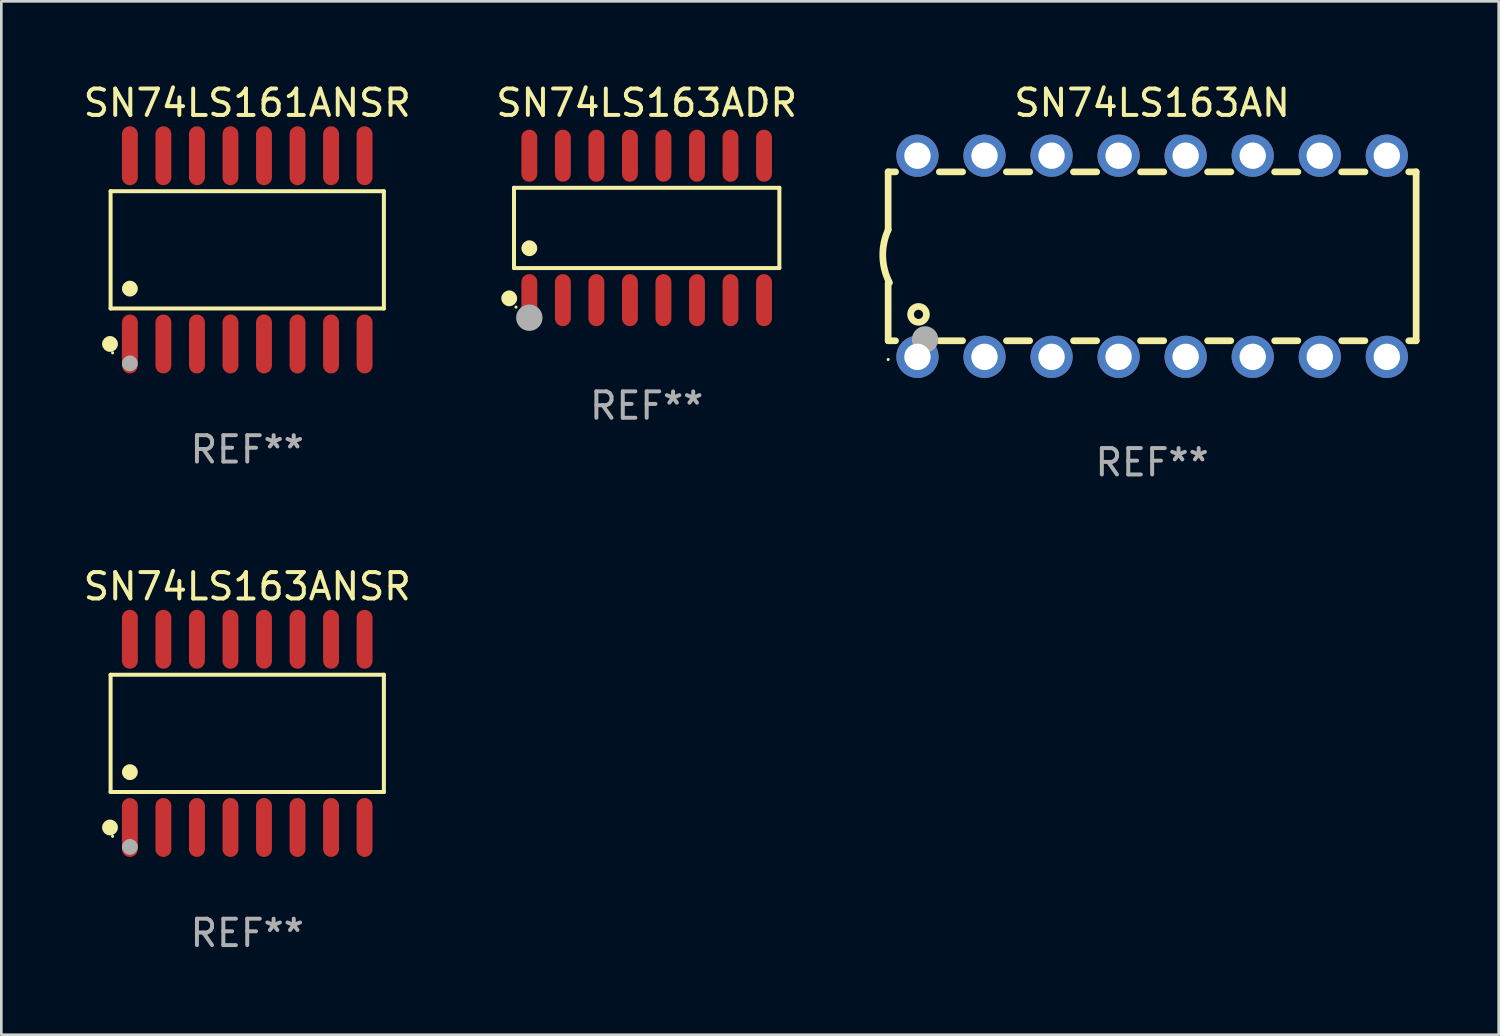
<source format=kicad_pcb>
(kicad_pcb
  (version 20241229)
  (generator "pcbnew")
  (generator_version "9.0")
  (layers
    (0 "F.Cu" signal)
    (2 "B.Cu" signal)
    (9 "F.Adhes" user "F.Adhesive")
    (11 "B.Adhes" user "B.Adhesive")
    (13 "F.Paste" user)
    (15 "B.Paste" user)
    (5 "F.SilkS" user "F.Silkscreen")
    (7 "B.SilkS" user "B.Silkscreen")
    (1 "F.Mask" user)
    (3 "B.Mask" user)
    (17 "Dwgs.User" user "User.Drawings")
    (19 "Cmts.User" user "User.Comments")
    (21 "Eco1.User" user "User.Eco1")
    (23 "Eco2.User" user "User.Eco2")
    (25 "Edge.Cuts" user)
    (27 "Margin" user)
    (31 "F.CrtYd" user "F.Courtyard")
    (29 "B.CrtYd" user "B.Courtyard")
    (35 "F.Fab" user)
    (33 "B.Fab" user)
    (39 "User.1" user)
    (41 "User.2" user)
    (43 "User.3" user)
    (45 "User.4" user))
  (footprint "SN74LS163ADR"
    (layer "F.Cu")
    (at 21.446 5.584)
    (property "Reference" "SN74LS163ADR" (at 0 -4.736 0) (layer "F.SilkS") (effects (font (size 1 1) (thickness 0.15))))
    (attr through_hole)
    (fp_line (start -5.026 -1.521) (end 5.026 -1.521) (stroke (width 0.152) (type solid)) (layer "F.SilkS"))
    (fp_line (start -5.026 1.521) (end -5.026 -1.521) (stroke (width 0.152) (type solid)) (layer "F.SilkS"))
    (fp_line (start 5.026 -1.521) (end 5.026 1.521) (stroke (width 0.152) (type solid)) (layer "F.SilkS"))
    (fp_line (start 5.026 1.521) (end -5.026 1.521) (stroke (width 0.152) (type solid)) (layer "F.SilkS"))
    (fp_circle (center -5.207 2.667) (end -5.057 2.667) (stroke (width 0.3) (type solid)) (fill no) (layer "F.SilkS"))
    (fp_circle (center -4.95 3) (end -4.92 3) (stroke (width 0.06) (type solid)) (fill no) (layer "F.SilkS"))
    (fp_circle (center -4.445 0.769) (end -4.295 0.769) (stroke (width 0.3) (type solid)) (fill no) (layer "F.SilkS"))
    (fp_circle (center -4.445 3.4) (end -4.195 3.4) (stroke (width 0.5) (type solid)) (fill no) (layer "F.Fab"))
    (fp_text user "REF**" (at 0 6.736 0) (layer "F.Fab") (effects (font (size 1 1) (thickness 0.15))))
    (pad "1" smd oval (at -4.445 2.736) (size 0.602 1.971) (layers "F.Cu" "F.Mask" "F.Paste"))
    (pad "2" smd oval (at -3.175 2.736) (size 0.602 1.971) (layers "F.Cu" "F.Mask" "F.Paste"))
    (pad "3" smd oval (at -1.905 2.736) (size 0.602 1.971) (layers "F.Cu" "F.Mask" "F.Paste"))
    (pad "4" smd oval (at -0.635 2.736) (size 0.602 1.971) (layers "F.Cu" "F.Mask" "F.Paste"))
    (pad "5" smd oval (at 0.635 2.736) (size 0.602 1.971) (layers "F.Cu" "F.Mask" "F.Paste"))
    (pad "6" smd oval (at 1.905 2.736) (size 0.602 1.971) (layers "F.Cu" "F.Mask" "F.Paste"))
    (pad "7" smd oval (at 3.175 2.736) (size 0.602 1.971) (layers "F.Cu" "F.Mask" "F.Paste"))
    (pad "8" smd oval (at 4.445 2.736) (size 0.602 1.971) (layers "F.Cu" "F.Mask" "F.Paste"))
    (pad "9" smd oval (at 4.445 -2.736) (size 0.602 1.971) (layers "F.Cu" "F.Mask" "F.Paste"))
    (pad "10" smd oval (at 3.175 -2.736) (size 0.602 1.971) (layers "F.Cu" "F.Mask" "F.Paste"))
    (pad "11" smd oval (at 1.905 -2.736) (size 0.602 1.971) (layers "F.Cu" "F.Mask" "F.Paste"))
    (pad "12" smd oval (at 0.635 -2.736) (size 0.602 1.971) (layers "F.Cu" "F.Mask" "F.Paste"))
    (pad "13" smd oval (at -0.635 -2.736) (size 0.602 1.971) (layers "F.Cu" "F.Mask" "F.Paste"))
    (pad "14" smd oval (at -1.905 -2.736) (size 0.602 1.971) (layers "F.Cu" "F.Mask" "F.Paste"))
    (pad "15" smd oval (at -3.175 -2.736) (size 0.602 1.971) (layers "F.Cu" "F.Mask" "F.Paste"))
    (pad "16" smd oval (at -4.445 -2.736) (size 0.602 1.971) (layers "F.Cu" "F.Mask" "F.Paste")))
  (footprint "SN74LS161ANSR"
    (layer "F.Cu")
    (at 6.315 6.414)
    (property "Reference" "SN74LS161ANSR" (at 0 -5.565 0) (layer "F.SilkS") (effects (font (size 1 1) (thickness 0.15))))
    (attr through_hole)
    (fp_line (start -5.176 -2.221) (end 5.176 -2.221) (stroke (width 0.152) (type solid)) (layer "F.SilkS"))
    (fp_line (start -5.176 2.221) (end -5.176 -2.221) (stroke (width 0.152) (type solid)) (layer "F.SilkS"))
    (fp_line (start 5.176 -2.221) (end 5.176 2.221) (stroke (width 0.152) (type solid)) (layer "F.SilkS"))
    (fp_line (start 5.176 2.221) (end -5.176 2.221) (stroke (width 0.152) (type solid)) (layer "F.SilkS"))
    (fp_circle (center -5.198 3.565) (end -5.048 3.565) (stroke (width 0.3) (type solid)) (fill no) (layer "F.SilkS"))
    (fp_circle (center -5.1 3.9) (end -5.07 3.9) (stroke (width 0.06) (type solid)) (fill no) (layer "F.SilkS"))
    (fp_circle (center -4.445 1.469) (end -4.295 1.469) (stroke (width 0.3) (type solid)) (fill no) (layer "F.SilkS"))
    (fp_circle (center -4.445 4.3) (end -4.295 4.3) (stroke (width 0.3) (type solid)) (fill no) (layer "F.Fab"))
    (fp_text user "REF**" (at 0 7.565 0) (layer "F.Fab") (effects (font (size 1 1) (thickness 0.15))))
    (pad "1" smd oval (at -4.445 3.565) (size 0.602 2.231) (layers "F.Cu" "F.Mask" "F.Paste"))
    (pad "2" smd oval (at -3.175 3.565) (size 0.602 2.231) (layers "F.Cu" "F.Mask" "F.Paste"))
    (pad "3" smd oval (at -1.905 3.565) (size 0.602 2.231) (layers "F.Cu" "F.Mask" "F.Paste"))
    (pad "4" smd oval (at -0.635 3.565) (size 0.602 2.231) (layers "F.Cu" "F.Mask" "F.Paste"))
    (pad "5" smd oval (at 0.635 3.565) (size 0.602 2.231) (layers "F.Cu" "F.Mask" "F.Paste"))
    (pad "6" smd oval (at 1.905 3.565) (size 0.602 2.231) (layers "F.Cu" "F.Mask" "F.Paste"))
    (pad "7" smd oval (at 3.175 3.565) (size 0.602 2.231) (layers "F.Cu" "F.Mask" "F.Paste"))
    (pad "8" smd oval (at 4.445 3.565) (size 0.602 2.231) (layers "F.Cu" "F.Mask" "F.Paste"))
    (pad "9" smd oval (at 4.445 -3.565) (size 0.602 2.231) (layers "F.Cu" "F.Mask" "F.Paste"))
    (pad "10" smd oval (at 3.175 -3.565) (size 0.602 2.231) (layers "F.Cu" "F.Mask" "F.Paste"))
    (pad "11" smd oval (at 1.905 -3.565) (size 0.602 2.231) (layers "F.Cu" "F.Mask" "F.Paste"))
    (pad "12" smd oval (at 0.635 -3.565) (size 0.602 2.231) (layers "F.Cu" "F.Mask" "F.Paste"))
    (pad "13" smd oval (at -0.635 -3.565) (size 0.602 2.231) (layers "F.Cu" "F.Mask" "F.Paste"))
    (pad "14" smd oval (at -1.905 -3.565) (size 0.602 2.231) (layers "F.Cu" "F.Mask" "F.Paste"))
    (pad "15" smd oval (at -3.175 -3.565) (size 0.602 2.231) (layers "F.Cu" "F.Mask" "F.Paste"))
    (pad "16" smd oval (at -4.445 -3.565) (size 0.602 2.231) (layers "F.Cu" "F.Mask" "F.Paste")))
  (footprint "SN74LS163AN"
    (layer "F.Cu")
    (at 40.593 6.658)
    (property "Reference" "SN74LS163AN" (at 0 -5.81 0) (layer "F.SilkS") (effects (font (size 1 1) (thickness 0.15))))
    (attr through_hole)
    (fp_line (start -10 -3.198) (end -9.719 -3.198) (stroke (width 0.254) (type solid)) (layer "F.SilkS"))
    (fp_line (start -10 -0.998) (end -10 -3.198) (stroke (width 0.254) (type solid)) (layer "F.SilkS"))
    (fp_line (start -10 3.2) (end -10 1) (stroke (width 0.254) (type solid)) (layer "F.SilkS"))
    (fp_line (start -10 3.2) (end -9.721 3.2) (stroke (width 0.254) (type solid)) (layer "F.SilkS"))
    (fp_line (start -8.061 -3.198) (end -7.179 -3.198) (stroke (width 0.254) (type solid)) (layer "F.SilkS"))
    (fp_line (start -8.059 3.2) (end -7.181 3.2) (stroke (width 0.254) (type solid)) (layer "F.SilkS"))
    (fp_line (start -5.521 -3.198) (end -4.639 -3.198) (stroke (width 0.254) (type solid)) (layer "F.SilkS"))
    (fp_line (start -5.519 3.2) (end -4.641 3.2) (stroke (width 0.254) (type solid)) (layer "F.SilkS"))
    (fp_line (start -2.981 -3.198) (end -2.099 -3.198) (stroke (width 0.254) (type solid)) (layer "F.SilkS"))
    (fp_line (start -2.979 3.2) (end -2.101 3.2) (stroke (width 0.254) (type solid)) (layer "F.SilkS"))
    (fp_line (start -0.441 -3.198) (end 0.441 -3.198) (stroke (width 0.254) (type solid)) (layer "F.SilkS"))
    (fp_line (start -0.439 3.2) (end 0.439 3.2) (stroke (width 0.254) (type solid)) (layer "F.SilkS"))
    (fp_line (start 2.099 -3.198) (end 2.981 -3.198) (stroke (width 0.254) (type solid)) (layer "F.SilkS"))
    (fp_line (start 2.101 3.2) (end 2.979 3.2) (stroke (width 0.254) (type solid)) (layer "F.SilkS"))
    (fp_line (start 4.639 -3.198) (end 5.521 -3.198) (stroke (width 0.254) (type solid)) (layer "F.SilkS"))
    (fp_line (start 4.641 3.2) (end 5.519 3.2) (stroke (width 0.254) (type solid)) (layer "F.SilkS"))
    (fp_line (start 7.179 -3.198) (end 8.061 -3.198) (stroke (width 0.254) (type solid)) (layer "F.SilkS"))
    (fp_line (start 7.181 3.2) (end 8.059 3.2) (stroke (width 0.254) (type solid)) (layer "F.SilkS"))
    (fp_line (start 9.719 -3.198) (end 10 -3.198) (stroke (width 0.254) (type solid)) (layer "F.SilkS"))
    (fp_line (start 9.721 3.2) (end 10 3.2) (stroke (width 0.254) (type solid)) (layer "F.SilkS"))
    (fp_line (start 10 3.2) (end 10 -3.2) (stroke (width 0.254) (type solid)) (layer "F.SilkS"))
    (fp_arc (start -9.949962 1) (mid -10.203153 0.005709) (end -10 -1) (stroke (width 0.254001) (type solid)) (layer "F.SilkS"))
    (fp_circle (center -10 3.91) (end -9.97 3.91) (stroke (width 0.06) (type solid)) (fill no) (layer "F.SilkS"))
    (fp_circle (center -8.85 2.2) (end -8.55 2.2) (stroke (width 0.254) (type solid)) (fill no) (layer "F.SilkS"))
    (fp_circle (center -8.6 3.15) (end -8.35 3.15) (stroke (width 0.5) (type solid)) (fill no) (layer "F.Fab"))
    (fp_text user "REF**" (at 0 7.81 0) (layer "F.Fab") (effects (font (size 1 1) (thickness 0.15))))
    (pad "1" thru_hole circle (at -8.89 3.81) (size 1.6 1.6) (drill 1) (layers "*.Cu" "*.Mask"))
    (pad "2" thru_hole circle (at -6.35 3.81) (size 1.6 1.6) (drill 1) (layers "*.Cu" "*.Mask"))
    (pad "3" thru_hole circle (at -3.81 3.81) (size 1.6 1.6) (drill 1) (layers "*.Cu" "*.Mask"))
    (pad "4" thru_hole circle (at -1.27 3.81) (size 1.6 1.6) (drill 1) (layers "*.Cu" "*.Mask"))
    (pad "5" thru_hole circle (at 1.27 3.81) (size 1.6 1.6) (drill 1) (layers "*.Cu" "*.Mask"))
    (pad "6" thru_hole circle (at 3.81 3.81) (size 1.6 1.6) (drill 1) (layers "*.Cu" "*.Mask"))
    (pad "7" thru_hole circle (at 6.35 3.81) (size 1.6 1.6) (drill 1) (layers "*.Cu" "*.Mask"))
    (pad "8" thru_hole circle (at 8.89 3.81) (size 1.6 1.6) (drill 1) (layers "*.Cu" "*.Mask"))
    (pad "9" thru_hole circle (at 8.89 -3.81) (size 1.6 1.6) (drill 1) (layers "*.Cu" "*.Mask"))
    (pad "10" thru_hole circle (at 6.35 -3.81) (size 1.6 1.6) (drill 1) (layers "*.Cu" "*.Mask"))
    (pad "11" thru_hole circle (at 3.81 -3.81) (size 1.6 1.6) (drill 1) (layers "*.Cu" "*.Mask"))
    (pad "12" thru_hole circle (at 1.27 -3.81) (size 1.6 1.6) (drill 1) (layers "*.Cu" "*.Mask"))
    (pad "13" thru_hole circle (at -1.27 -3.81) (size 1.6 1.6) (drill 1) (layers "*.Cu" "*.Mask"))
    (pad "14" thru_hole circle (at -3.81 -3.81) (size 1.6 1.6) (drill 1) (layers "*.Cu" "*.Mask"))
    (pad "15" thru_hole circle (at -6.35 -3.81) (size 1.6 1.6) (drill 1) (layers "*.Cu" "*.Mask"))
    (pad "16" thru_hole circle (at -8.89 -3.81) (size 1.6 1.6) (drill 1) (layers "*.Cu" "*.Mask")))
  (footprint "SN74LS163ANSR"
    (layer "F.Cu")
    (at 6.315 24.73)
    (property "Reference" "SN74LS163ANSR" (at 0 -5.565 0) (layer "F.SilkS") (effects (font (size 1 1) (thickness 0.15))))
    (attr through_hole)
    (fp_line (start -5.176 -2.221) (end 5.176 -2.221) (stroke (width 0.152) (type solid)) (layer "F.SilkS"))
    (fp_line (start -5.176 2.221) (end -5.176 -2.221) (stroke (width 0.152) (type solid)) (layer "F.SilkS"))
    (fp_line (start 5.176 -2.221) (end 5.176 2.221) (stroke (width 0.152) (type solid)) (layer "F.SilkS"))
    (fp_line (start 5.176 2.221) (end -5.176 2.221) (stroke (width 0.152) (type solid)) (layer "F.SilkS"))
    (fp_circle (center -5.198 3.565) (end -5.048 3.565) (stroke (width 0.3) (type solid)) (fill no) (layer "F.SilkS"))
    (fp_circle (center -5.1 3.9) (end -5.07 3.9) (stroke (width 0.06) (type solid)) (fill no) (layer "F.SilkS"))
    (fp_circle (center -4.445 1.469) (end -4.295 1.469) (stroke (width 0.3) (type solid)) (fill no) (layer "F.SilkS"))
    (fp_circle (center -4.445 4.3) (end -4.295 4.3) (stroke (width 0.3) (type solid)) (fill no) (layer "F.Fab"))
    (fp_text user "REF**" (at 0 7.565 0) (layer "F.Fab") (effects (font (size 1 1) (thickness 0.15))))
    (pad "1" smd oval (at -4.445 3.565) (size 0.602 2.231) (layers "F.Cu" "F.Mask" "F.Paste"))
    (pad "2" smd oval (at -3.175 3.565) (size 0.602 2.231) (layers "F.Cu" "F.Mask" "F.Paste"))
    (pad "3" smd oval (at -1.905 3.565) (size 0.602 2.231) (layers "F.Cu" "F.Mask" "F.Paste"))
    (pad "4" smd oval (at -0.635 3.565) (size 0.602 2.231) (layers "F.Cu" "F.Mask" "F.Paste"))
    (pad "5" smd oval (at 0.635 3.565) (size 0.602 2.231) (layers "F.Cu" "F.Mask" "F.Paste"))
    (pad "6" smd oval (at 1.905 3.565) (size 0.602 2.231) (layers "F.Cu" "F.Mask" "F.Paste"))
    (pad "7" smd oval (at 3.175 3.565) (size 0.602 2.231) (layers "F.Cu" "F.Mask" "F.Paste"))
    (pad "8" smd oval (at 4.445 3.565) (size 0.602 2.231) (layers "F.Cu" "F.Mask" "F.Paste"))
    (pad "9" smd oval (at 4.445 -3.565) (size 0.602 2.231) (layers "F.Cu" "F.Mask" "F.Paste"))
    (pad "10" smd oval (at 3.175 -3.565) (size 0.602 2.231) (layers "F.Cu" "F.Mask" "F.Paste"))
    (pad "11" smd oval (at 1.905 -3.565) (size 0.602 2.231) (layers "F.Cu" "F.Mask" "F.Paste"))
    (pad "12" smd oval (at 0.635 -3.565) (size 0.602 2.231) (layers "F.Cu" "F.Mask" "F.Paste"))
    (pad "13" smd oval (at -0.635 -3.565) (size 0.602 2.231) (layers "F.Cu" "F.Mask" "F.Paste"))
    (pad "14" smd oval (at -1.905 -3.565) (size 0.602 2.231) (layers "F.Cu" "F.Mask" "F.Paste"))
    (pad "15" smd oval (at -3.175 -3.565) (size 0.602 2.231) (layers "F.Cu" "F.Mask" "F.Paste"))
    (pad "16" smd oval (at -4.445 -3.565) (size 0.602 2.231) (layers "F.Cu" "F.Mask" "F.Paste")))
  (gr_rect
    (start -3 -3)
    (end 53.72 36.144)
    (stroke (width 0.1) (type default))
    (fill no)
    (layer "Edge.Cuts")))
</source>
